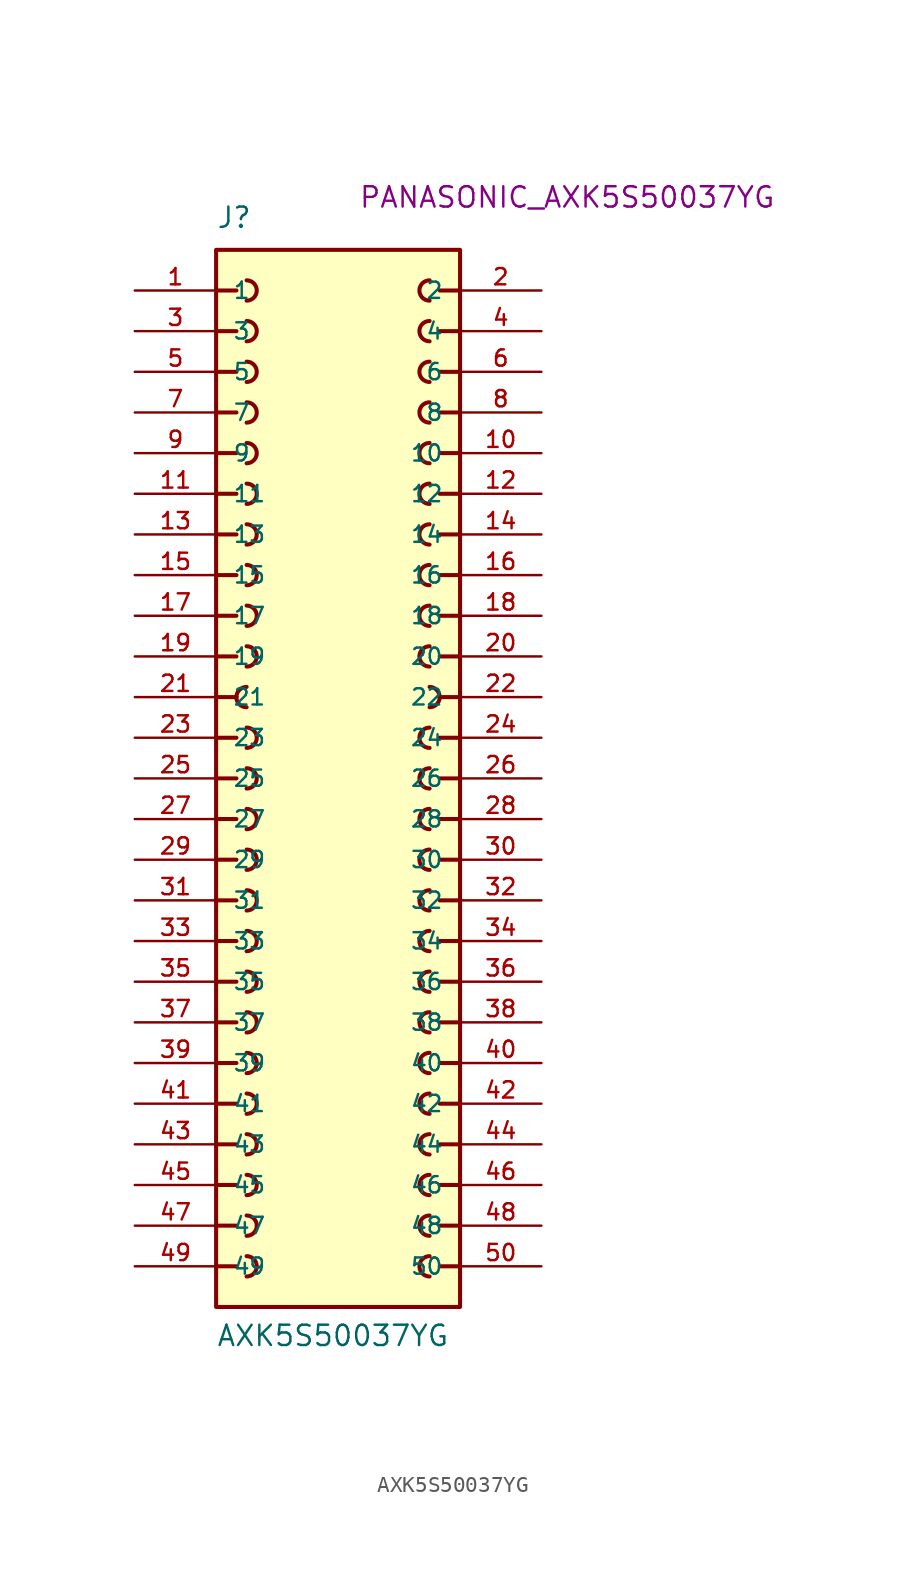
<source format=kicad_sym>
(kicad_symbol_lib
  (version 20231120)
  (generator "kicad_symbol_editor")
  (generator_version "8.0")
  (symbol "AXK5S50037YG"
    (pin_names
      (offset 1.016))
    (property "Reference" "J"
      (at -7.62 34.29 0)
      (effects (font (size 1.27 1.27)) (justify left bottom)))
    (property "Value" "AXK5S50037YG"
      (at -7.62 -35.56 0)
      (effects (font (size 1.27 1.27)) (justify left bottom)))
    (property "Footprint" "PANASONIC_AXK5S50037YG"
      (at 1.27 35.56 0)
      (effects (font (size 1.27 1.27)) (justify left bottom)))
    (symbol "AXK5S50037YG_0_0"
      (rectangle (start -7.62 -33.02) (end 7.62 33.02) (stroke (width 0.254) (type solid)) (fill (type background)))
      (arc (start -6.35 5.08) (mid -6.164 4.631) (end -5.715 4.445) (stroke (width 0.254) (type solid)) (fill (type none)))
      (arc (start -5.715 -31.115) (mid -5.0827 -30.48) (end -5.715 -29.845) (stroke (width 0.254) (type solid)) (fill (type none)))
      (arc (start -5.715 -28.575) (mid -5.0827 -27.94) (end -5.715 -27.305) (stroke (width 0.254) (type solid)) (fill (type none)))
      (arc (start -5.715 -26.035) (mid -5.0827 -25.4) (end -5.715 -24.765) (stroke (width 0.254) (type solid)) (fill (type none)))
      (arc (start -5.715 -23.495) (mid -5.0827 -22.86) (end -5.715 -22.225) (stroke (width 0.254) (type solid)) (fill (type none)))
      (arc (start -5.715 -20.955) (mid -5.0827 -20.32) (end -5.715 -19.685) (stroke (width 0.254) (type solid)) (fill (type none)))
      (arc (start -5.715 -18.415) (mid -5.0827 -17.78) (end -5.715 -17.145) (stroke (width 0.254) (type solid)) (fill (type none)))
      (arc (start -5.715 -15.875) (mid -5.0827 -15.24) (end -5.715 -14.605) (stroke (width 0.254) (type solid)) (fill (type none)))
      (arc (start -5.715 -13.335) (mid -5.0827 -12.7) (end -5.715 -12.065) (stroke (width 0.254) (type solid)) (fill (type none)))
      (arc (start -5.715 -10.795) (mid -5.0827 -10.16) (end -5.715 -9.525) (stroke (width 0.254) (type solid)) (fill (type none)))
      (arc (start -5.715 -8.255) (mid -5.0827 -7.62) (end -5.715 -6.985) (stroke (width 0.254) (type solid)) (fill (type none)))
      (arc (start -5.715 -5.715) (mid -5.0827 -5.08) (end -5.715 -4.445) (stroke (width 0.254) (type solid)) (fill (type none)))
      (arc (start -5.715 -3.175) (mid -5.0827 -2.54) (end -5.715 -1.905) (stroke (width 0.254) (type solid)) (fill (type none)))
      (arc (start -5.715 -0.635) (mid -5.0827 0) (end -5.715 0.635) (stroke (width 0.254) (type solid)) (fill (type none)))
      (arc (start -5.715 1.905) (mid -5.0827 2.54) (end -5.715 3.175) (stroke (width 0.254) (type solid)) (fill (type none)))
      (arc (start -5.715 5.715) (mid -6.164 5.529) (end -6.35 5.08) (stroke (width 0.254) (type solid)) (fill (type none)))
      (arc (start -5.715 6.985) (mid -5.0827 7.62) (end -5.715 8.255) (stroke (width 0.254) (type solid)) (fill (type none)))
      (arc (start -5.715 9.525) (mid -5.0827 10.16) (end -5.715 10.795) (stroke (width 0.254) (type solid)) (fill (type none)))
      (arc (start -5.715 12.065) (mid -5.0827 12.7) (end -5.715 13.335) (stroke (width 0.254) (type solid)) (fill (type none)))
      (arc (start -5.715 14.605) (mid -5.0827 15.24) (end -5.715 15.875) (stroke (width 0.254) (type solid)) (fill (type none)))
      (arc (start -5.715 17.145) (mid -5.0827 17.78) (end -5.715 18.415) (stroke (width 0.254) (type solid)) (fill (type none)))
      (arc (start -5.715 19.685) (mid -5.0827 20.32) (end -5.715 20.955) (stroke (width 0.254) (type solid)) (fill (type none)))
      (arc (start -5.715 22.225) (mid -5.0827 22.86) (end -5.715 23.495) (stroke (width 0.254) (type solid)) (fill (type none)))
      (arc (start -5.715 24.765) (mid -5.0827 25.4) (end -5.715 26.035) (stroke (width 0.254) (type solid)) (fill (type none)))
      (arc (start -5.715 27.305) (mid -5.0827 27.94) (end -5.715 28.575) (stroke (width 0.254) (type solid)) (fill (type none)))
      (arc (start -5.715 29.845) (mid -5.0827 30.48) (end -5.715 31.115) (stroke (width 0.254) (type solid)) (fill (type none)))
      (polyline (pts (xy -7.62 -30.48) (xy -6.35 -30.48)) (stroke (width 0.254) (type solid)) (fill (type none)))
      (polyline (pts (xy -7.62 -27.94) (xy -6.35 -27.94)) (stroke (width 0.254) (type solid)) (fill (type none)))
      (polyline (pts (xy -7.62 -25.4) (xy -6.35 -25.4)) (stroke (width 0.254) (type solid)) (fill (type none)))
      (polyline (pts (xy -7.62 -22.86) (xy -6.35 -22.86)) (stroke (width 0.254) (type solid)) (fill (type none)))
      (polyline (pts (xy -7.62 -20.32) (xy -6.35 -20.32)) (stroke (width 0.254) (type solid)) (fill (type none)))
      (polyline (pts (xy -7.62 -17.78) (xy -6.35 -17.78)) (stroke (width 0.254) (type solid)) (fill (type none)))
      (polyline (pts (xy -7.62 -15.24) (xy -6.35 -15.24)) (stroke (width 0.254) (type solid)) (fill (type none)))
      (polyline (pts (xy -7.62 -12.7) (xy -6.35 -12.7)) (stroke (width 0.254) (type solid)) (fill (type none)))
      (polyline (pts (xy -7.62 -10.16) (xy -6.35 -10.16)) (stroke (width 0.254) (type solid)) (fill (type none)))
      (polyline (pts (xy -7.62 -7.62) (xy -6.35 -7.62)) (stroke (width 0.254) (type solid)) (fill (type none)))
      (polyline (pts (xy -7.62 -5.08) (xy -6.35 -5.08)) (stroke (width 0.254) (type solid)) (fill (type none)))
      (polyline (pts (xy -7.62 -2.54) (xy -6.35 -2.54)) (stroke (width 0.254) (type solid)) (fill (type none)))
      (polyline (pts (xy -7.62 0) (xy -6.35 0)) (stroke (width 0.254) (type solid)) (fill (type none)))
      (polyline (pts (xy -7.62 2.54) (xy -6.35 2.54)) (stroke (width 0.254) (type solid)) (fill (type none)))
      (polyline (pts (xy -7.62 5.08) (xy -6.35 5.08)) (stroke (width 0.254) (type solid)) (fill (type none)))
      (polyline (pts (xy -7.62 7.62) (xy -6.35 7.62)) (stroke (width 0.254) (type solid)) (fill (type none)))
      (polyline (pts (xy -7.62 10.16) (xy -6.35 10.16)) (stroke (width 0.254) (type solid)) (fill (type none)))
      (polyline (pts (xy -7.62 12.7) (xy -6.35 12.7)) (stroke (width 0.254) (type solid)) (fill (type none)))
      (polyline (pts (xy -7.62 15.24) (xy -6.35 15.24)) (stroke (width 0.254) (type solid)) (fill (type none)))
      (polyline (pts (xy -7.62 17.78) (xy -6.35 17.78)) (stroke (width 0.254) (type solid)) (fill (type none)))
      (polyline (pts (xy -7.62 20.32) (xy -6.35 20.32)) (stroke (width 0.254) (type solid)) (fill (type none)))
      (polyline (pts (xy -7.62 22.86) (xy -6.35 22.86)) (stroke (width 0.254) (type solid)) (fill (type none)))
      (polyline (pts (xy -7.62 25.4) (xy -6.35 25.4)) (stroke (width 0.254) (type solid)) (fill (type none)))
      (polyline (pts (xy -7.62 27.94) (xy -6.35 27.94)) (stroke (width 0.254) (type solid)) (fill (type none)))
      (polyline (pts (xy -7.62 30.48) (xy -6.35 30.48)) (stroke (width 0.254) (type solid)) (fill (type none)))
      (polyline (pts (xy 7.62 -30.48) (xy 6.35 -30.48)) (stroke (width 0.254) (type solid)) (fill (type none)))
      (polyline (pts (xy 7.62 -27.94) (xy 6.35 -27.94)) (stroke (width 0.254) (type solid)) (fill (type none)))
      (polyline (pts (xy 7.62 -25.4) (xy 6.35 -25.4)) (stroke (width 0.254) (type solid)) (fill (type none)))
      (polyline (pts (xy 7.62 -22.86) (xy 6.35 -22.86)) (stroke (width 0.254) (type solid)) (fill (type none)))
      (polyline (pts (xy 7.62 -20.32) (xy 6.35 -20.32)) (stroke (width 0.254) (type solid)) (fill (type none)))
      (polyline (pts (xy 7.62 -17.78) (xy 6.35 -17.78)) (stroke (width 0.254) (type solid)) (fill (type none)))
      (polyline (pts (xy 7.62 -15.24) (xy 6.35 -15.24)) (stroke (width 0.254) (type solid)) (fill (type none)))
      (polyline (pts (xy 7.62 -12.7) (xy 6.35 -12.7)) (stroke (width 0.254) (type solid)) (fill (type none)))
      (polyline (pts (xy 7.62 -10.16) (xy 6.35 -10.16)) (stroke (width 0.254) (type solid)) (fill (type none)))
      (polyline (pts (xy 7.62 -7.62) (xy 6.35 -7.62)) (stroke (width 0.254) (type solid)) (fill (type none)))
      (polyline (pts (xy 7.62 -5.08) (xy 6.35 -5.08)) (stroke (width 0.254) (type solid)) (fill (type none)))
      (polyline (pts (xy 7.62 -2.54) (xy 6.35 -2.54)) (stroke (width 0.254) (type solid)) (fill (type none)))
      (polyline (pts (xy 7.62 0) (xy 6.35 0)) (stroke (width 0.254) (type solid)) (fill (type none)))
      (polyline (pts (xy 7.62 2.54) (xy 6.35 2.54)) (stroke (width 0.254) (type solid)) (fill (type none)))
      (polyline (pts (xy 7.62 5.08) (xy 6.35 5.08)) (stroke (width 0.254) (type solid)) (fill (type none)))
      (polyline (pts (xy 7.62 7.62) (xy 6.35 7.62)) (stroke (width 0.254) (type solid)) (fill (type none)))
      (polyline (pts (xy 7.62 10.16) (xy 6.35 10.16)) (stroke (width 0.254) (type solid)) (fill (type none)))
      (polyline (pts (xy 7.62 12.7) (xy 6.35 12.7)) (stroke (width 0.254) (type solid)) (fill (type none)))
      (polyline (pts (xy 7.62 15.24) (xy 6.35 15.24)) (stroke (width 0.254) (type solid)) (fill (type none)))
      (polyline (pts (xy 7.62 17.78) (xy 6.35 17.78)) (stroke (width 0.254) (type solid)) (fill (type none)))
      (polyline (pts (xy 7.62 20.32) (xy 6.35 20.32)) (stroke (width 0.254) (type solid)) (fill (type none)))
      (polyline (pts (xy 7.62 22.86) (xy 6.35 22.86)) (stroke (width 0.254) (type solid)) (fill (type none)))
      (polyline (pts (xy 7.62 25.4) (xy 6.35 25.4)) (stroke (width 0.254) (type solid)) (fill (type none)))
      (polyline (pts (xy 7.62 27.94) (xy 6.35 27.94)) (stroke (width 0.254) (type solid)) (fill (type none)))
      (polyline (pts (xy 7.62 30.48) (xy 6.35 30.48)) (stroke (width 0.254) (type solid)) (fill (type none)))
      (arc (start 5.715 -29.845) (mid 5.0827 -30.48) (end 5.715 -31.115) (stroke (width 0.254) (type solid)) (fill (type none)))
      (arc (start 5.715 -27.305) (mid 5.0827 -27.94) (end 5.715 -28.575) (stroke (width 0.254) (type solid)) (fill (type none)))
      (arc (start 5.715 -24.765) (mid 5.0827 -25.4) (end 5.715 -26.035) (stroke (width 0.254) (type solid)) (fill (type none)))
      (arc (start 5.715 -22.225) (mid 5.0827 -22.86) (end 5.715 -23.495) (stroke (width 0.254) (type solid)) (fill (type none)))
      (arc (start 5.715 -19.685) (mid 5.0827 -20.32) (end 5.715 -20.955) (stroke (width 0.254) (type solid)) (fill (type none)))
      (arc (start 5.715 -17.145) (mid 5.0827 -17.78) (end 5.715 -18.415) (stroke (width 0.254) (type solid)) (fill (type none)))
      (arc (start 5.715 -14.605) (mid 5.0827 -15.24) (end 5.715 -15.875) (stroke (width 0.254) (type solid)) (fill (type none)))
      (arc (start 5.715 -12.065) (mid 5.0827 -12.7) (end 5.715 -13.335) (stroke (width 0.254) (type solid)) (fill (type none)))
      (arc (start 5.715 -9.525) (mid 5.0827 -10.16) (end 5.715 -10.795) (stroke (width 0.254) (type solid)) (fill (type none)))
      (arc (start 5.715 -6.985) (mid 5.0827 -7.62) (end 5.715 -8.255) (stroke (width 0.254) (type solid)) (fill (type none)))
      (arc (start 5.715 -4.445) (mid 5.0827 -5.08) (end 5.715 -5.715) (stroke (width 0.254) (type solid)) (fill (type none)))
      (arc (start 5.715 -1.905) (mid 5.0827 -2.54) (end 5.715 -3.175) (stroke (width 0.254) (type solid)) (fill (type none)))
      (arc (start 5.715 0.635) (mid 5.0827 0) (end 5.715 -0.635) (stroke (width 0.254) (type solid)) (fill (type none)))
      (arc (start 5.715 3.175) (mid 5.0827 2.54) (end 5.715 1.905) (stroke (width 0.254) (type solid)) (fill (type none)))
      (arc (start 5.715 4.445) (mid 6.164 4.631) (end 6.35 5.08) (stroke (width 0.254) (type solid)) (fill (type none)))
      (arc (start 5.715 8.255) (mid 5.0827 7.62) (end 5.715 6.985) (stroke (width 0.254) (type solid)) (fill (type none)))
      (arc (start 5.715 10.795) (mid 5.0827 10.16) (end 5.715 9.525) (stroke (width 0.254) (type solid)) (fill (type none)))
      (arc (start 5.715 13.335) (mid 5.0827 12.7) (end 5.715 12.065) (stroke (width 0.254) (type solid)) (fill (type none)))
      (arc (start 5.715 15.875) (mid 5.0827 15.24) (end 5.715 14.605) (stroke (width 0.254) (type solid)) (fill (type none)))
      (arc (start 5.715 18.415) (mid 5.0827 17.78) (end 5.715 17.145) (stroke (width 0.254) (type solid)) (fill (type none)))
      (arc (start 5.715 20.955) (mid 5.0827 20.32) (end 5.715 19.685) (stroke (width 0.254) (type solid)) (fill (type none)))
      (arc (start 5.715 23.495) (mid 5.0827 22.86) (end 5.715 22.225) (stroke (width 0.254) (type solid)) (fill (type none)))
      (arc (start 5.715 26.035) (mid 5.0827 25.4) (end 5.715 24.765) (stroke (width 0.254) (type solid)) (fill (type none)))
      (arc (start 5.715 28.575) (mid 5.0827 27.94) (end 5.715 27.305) (stroke (width 0.254) (type solid)) (fill (type none)))
      (arc (start 5.715 31.115) (mid 5.0827 30.48) (end 5.715 29.845) (stroke (width 0.254) (type solid)) (fill (type none)))
      (arc (start 6.35 5.08) (mid 6.164 5.529) (end 5.715 5.715) (stroke (width 0.254) (type solid)) (fill (type none)))
      (pin passive line (at -12.7 30.48 0) (length 5.08) (name "1" (effects (font (size 1.016 1.016)))) (number "1" (effects (font (size 1.016 1.016)))))
      (pin passive line (at 12.7 20.32 180) (length 5.08) (name "10" (effects (font (size 1.016 1.016)))) (number "10" (effects (font (size 1.016 1.016)))))
      (pin passive line (at -12.7 17.78 0) (length 5.08) (name "11" (effects (font (size 1.016 1.016)))) (number "11" (effects (font (size 1.016 1.016)))))
      (pin passive line (at 12.7 17.78 180) (length 5.08) (name "12" (effects (font (size 1.016 1.016)))) (number "12" (effects (font (size 1.016 1.016)))))
      (pin passive line (at -12.7 15.24 0) (length 5.08) (name "13" (effects (font (size 1.016 1.016)))) (number "13" (effects (font (size 1.016 1.016)))))
      (pin passive line (at 12.7 15.24 180) (length 5.08) (name "14" (effects (font (size 1.016 1.016)))) (number "14" (effects (font (size 1.016 1.016)))))
      (pin passive line (at -12.7 12.7 0) (length 5.08) (name "15" (effects (font (size 1.016 1.016)))) (number "15" (effects (font (size 1.016 1.016)))))
      (pin passive line (at 12.7 12.7 180) (length 5.08) (name "16" (effects (font (size 1.016 1.016)))) (number "16" (effects (font (size 1.016 1.016)))))
      (pin passive line (at -12.7 10.16 0) (length 5.08) (name "17" (effects (font (size 1.016 1.016)))) (number "17" (effects (font (size 1.016 1.016)))))
      (pin passive line (at 12.7 10.16 180) (length 5.08) (name "18" (effects (font (size 1.016 1.016)))) (number "18" (effects (font (size 1.016 1.016)))))
      (pin passive line (at -12.7 7.62 0) (length 5.08) (name "19" (effects (font (size 1.016 1.016)))) (number "19" (effects (font (size 1.016 1.016)))))
      (pin passive line (at 12.7 30.48 180) (length 5.08) (name "2" (effects (font (size 1.016 1.016)))) (number "2" (effects (font (size 1.016 1.016)))))
      (pin passive line (at 12.7 7.62 180) (length 5.08) (name "20" (effects (font (size 1.016 1.016)))) (number "20" (effects (font (size 1.016 1.016)))))
      (pin passive line (at -12.7 5.08 0) (length 5.08) (name "21" (effects (font (size 1.016 1.016)))) (number "21" (effects (font (size 1.016 1.016)))))
      (pin passive line (at 12.7 5.08 180) (length 5.08) (name "22" (effects (font (size 1.016 1.016)))) (number "22" (effects (font (size 1.016 1.016)))))
      (pin passive line (at -12.7 2.54 0) (length 5.08) (name "23" (effects (font (size 1.016 1.016)))) (number "23" (effects (font (size 1.016 1.016)))))
      (pin passive line (at 12.7 2.54 180) (length 5.08) (name "24" (effects (font (size 1.016 1.016)))) (number "24" (effects (font (size 1.016 1.016)))))
      (pin passive line (at -12.7 0 0) (length 5.08) (name "25" (effects (font (size 1.016 1.016)))) (number "25" (effects (font (size 1.016 1.016)))))
      (pin passive line (at 12.7 0 180) (length 5.08) (name "26" (effects (font (size 1.016 1.016)))) (number "26" (effects (font (size 1.016 1.016)))))
      (pin passive line (at -12.7 -2.54 0) (length 5.08) (name "27" (effects (font (size 1.016 1.016)))) (number "27" (effects (font (size 1.016 1.016)))))
      (pin passive line (at 12.7 -2.54 180) (length 5.08) (name "28" (effects (font (size 1.016 1.016)))) (number "28" (effects (font (size 1.016 1.016)))))
      (pin passive line (at -12.7 -5.08 0) (length 5.08) (name "29" (effects (font (size 1.016 1.016)))) (number "29" (effects (font (size 1.016 1.016)))))
      (pin passive line (at -12.7 27.94 0) (length 5.08) (name "3" (effects (font (size 1.016 1.016)))) (number "3" (effects (font (size 1.016 1.016)))))
      (pin passive line (at 12.7 -5.08 180) (length 5.08) (name "30" (effects (font (size 1.016 1.016)))) (number "30" (effects (font (size 1.016 1.016)))))
      (pin passive line (at -12.7 -7.62 0) (length 5.08) (name "31" (effects (font (size 1.016 1.016)))) (number "31" (effects (font (size 1.016 1.016)))))
      (pin passive line (at 12.7 -7.62 180) (length 5.08) (name "32" (effects (font (size 1.016 1.016)))) (number "32" (effects (font (size 1.016 1.016)))))
      (pin passive line (at -12.7 -10.16 0) (length 5.08) (name "33" (effects (font (size 1.016 1.016)))) (number "33" (effects (font (size 1.016 1.016)))))
      (pin passive line (at 12.7 -10.16 180) (length 5.08) (name "34" (effects (font (size 1.016 1.016)))) (number "34" (effects (font (size 1.016 1.016)))))
      (pin passive line (at -12.7 -12.7 0) (length 5.08) (name "35" (effects (font (size 1.016 1.016)))) (number "35" (effects (font (size 1.016 1.016)))))
      (pin passive line (at 12.7 -12.7 180) (length 5.08) (name "36" (effects (font (size 1.016 1.016)))) (number "36" (effects (font (size 1.016 1.016)))))
      (pin passive line (at -12.7 -15.24 0) (length 5.08) (name "37" (effects (font (size 1.016 1.016)))) (number "37" (effects (font (size 1.016 1.016)))))
      (pin passive line (at 12.7 -15.24 180) (length 5.08) (name "38" (effects (font (size 1.016 1.016)))) (number "38" (effects (font (size 1.016 1.016)))))
      (pin passive line (at -12.7 -17.78 0) (length 5.08) (name "39" (effects (font (size 1.016 1.016)))) (number "39" (effects (font (size 1.016 1.016)))))
      (pin passive line (at 12.7 27.94 180) (length 5.08) (name "4" (effects (font (size 1.016 1.016)))) (number "4" (effects (font (size 1.016 1.016)))))
      (pin passive line (at 12.7 -17.78 180) (length 5.08) (name "40" (effects (font (size 1.016 1.016)))) (number "40" (effects (font (size 1.016 1.016)))))
      (pin passive line (at -12.7 -20.32 0) (length 5.08) (name "41" (effects (font (size 1.016 1.016)))) (number "41" (effects (font (size 1.016 1.016)))))
      (pin passive line (at 12.7 -20.32 180) (length 5.08) (name "42" (effects (font (size 1.016 1.016)))) (number "42" (effects (font (size 1.016 1.016)))))
      (pin passive line (at -12.7 -22.86 0) (length 5.08) (name "43" (effects (font (size 1.016 1.016)))) (number "43" (effects (font (size 1.016 1.016)))))
      (pin passive line (at 12.7 -22.86 180) (length 5.08) (name "44" (effects (font (size 1.016 1.016)))) (number "44" (effects (font (size 1.016 1.016)))))
      (pin passive line (at -12.7 -25.4 0) (length 5.08) (name "45" (effects (font (size 1.016 1.016)))) (number "45" (effects (font (size 1.016 1.016)))))
      (pin passive line (at 12.7 -25.4 180) (length 5.08) (name "46" (effects (font (size 1.016 1.016)))) (number "46" (effects (font (size 1.016 1.016)))))
      (pin passive line (at -12.7 -27.94 0) (length 5.08) (name "47" (effects (font (size 1.016 1.016)))) (number "47" (effects (font (size 1.016 1.016)))))
      (pin passive line (at 12.7 -27.94 180) (length 5.08) (name "48" (effects (font (size 1.016 1.016)))) (number "48" (effects (font (size 1.016 1.016)))))
      (pin passive line (at -12.7 -30.48 0) (length 5.08) (name "49" (effects (font (size 1.016 1.016)))) (number "49" (effects (font (size 1.016 1.016)))))
      (pin passive line (at -12.7 25.4 0) (length 5.08) (name "5" (effects (font (size 1.016 1.016)))) (number "5" (effects (font (size 1.016 1.016)))))
      (pin passive line (at 12.7 -30.48 180) (length 5.08) (name "50" (effects (font (size 1.016 1.016)))) (number "50" (effects (font (size 1.016 1.016)))))
      (pin passive line (at 12.7 25.4 180) (length 5.08) (name "6" (effects (font (size 1.016 1.016)))) (number "6" (effects (font (size 1.016 1.016)))))
      (pin passive line (at -12.7 22.86 0) (length 5.08) (name "7" (effects (font (size 1.016 1.016)))) (number "7" (effects (font (size 1.016 1.016)))))
      (pin passive line (at 12.7 22.86 180) (length 5.08) (name "8" (effects (font (size 1.016 1.016)))) (number "8" (effects (font (size 1.016 1.016)))))
      (pin passive line (at -12.7 20.32 0) (length 5.08) (name "9" (effects (font (size 1.016 1.016)))) (number "9" (effects (font (size 1.016 1.016))))))))
</source>
